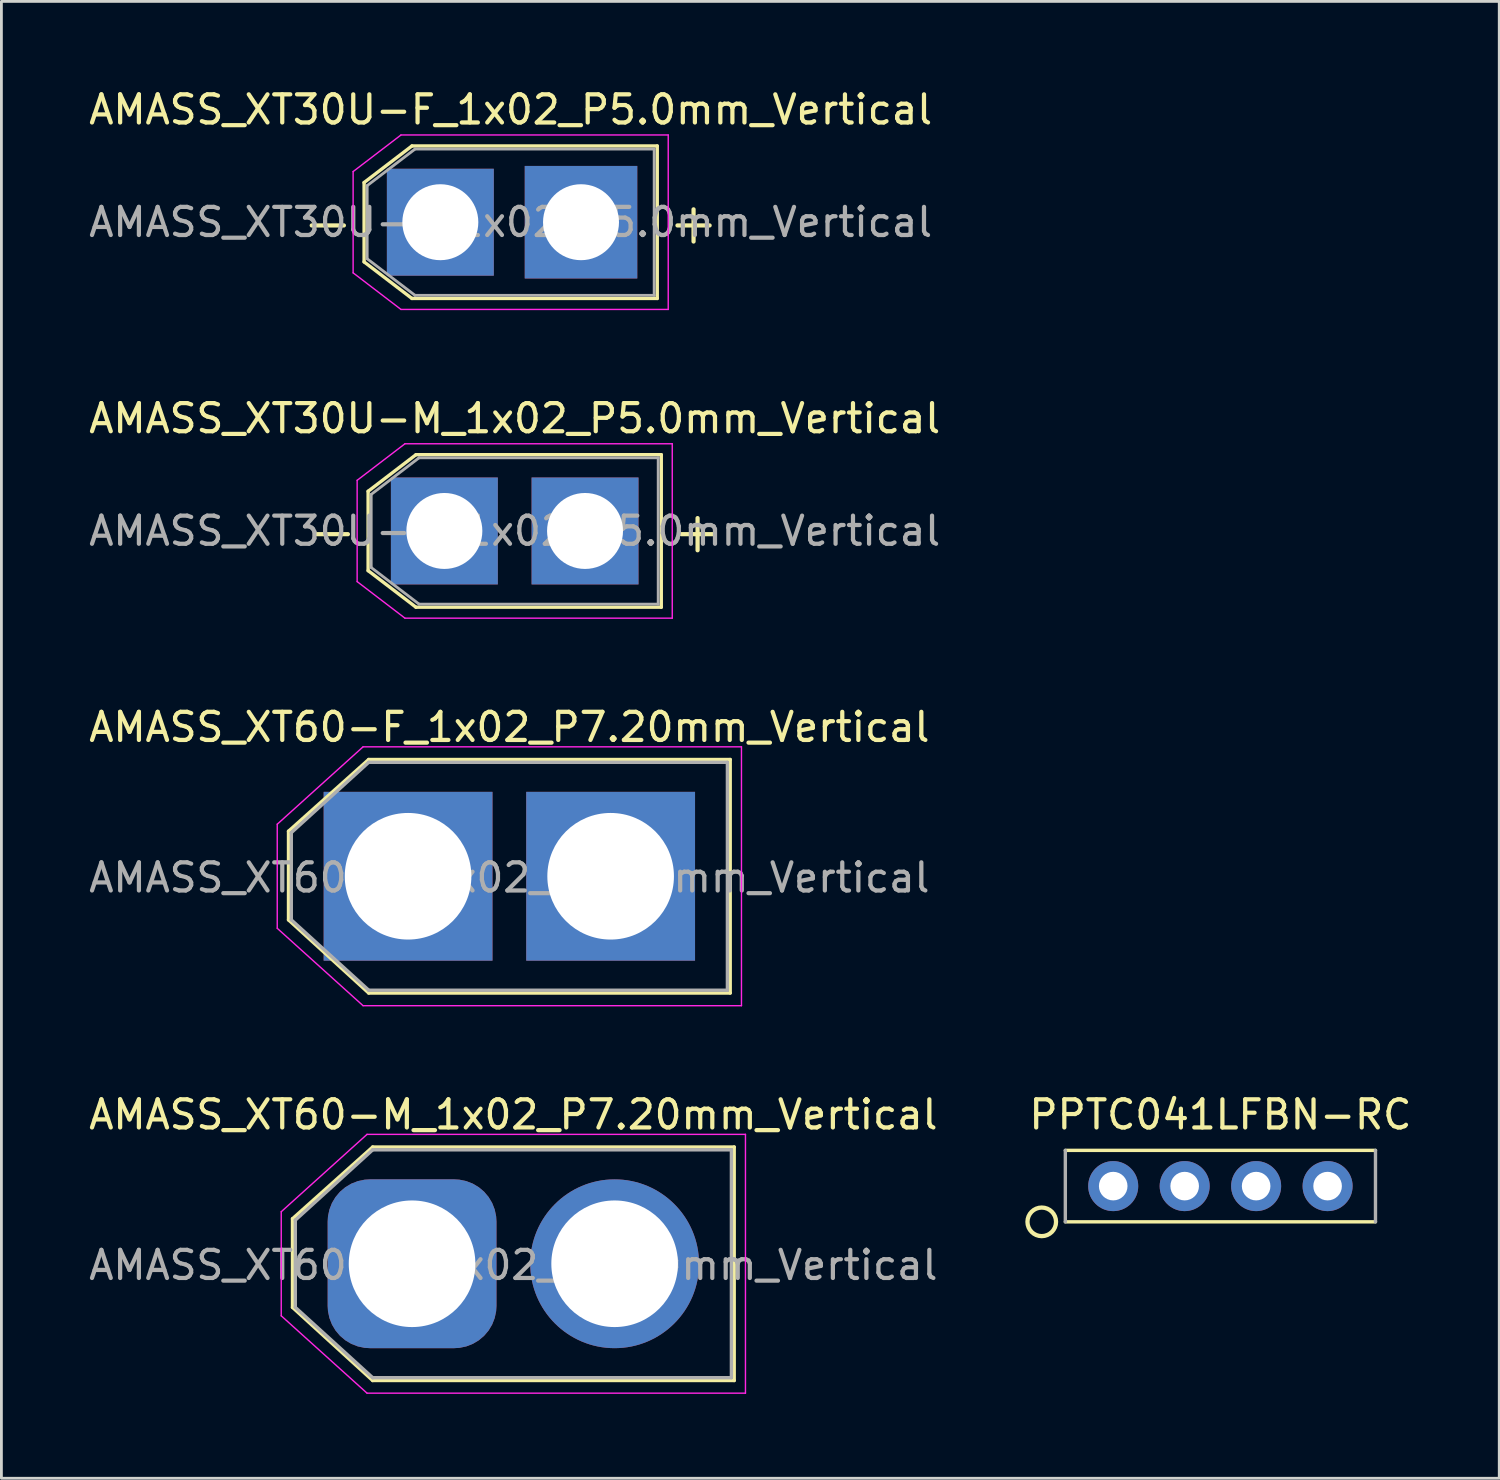
<source format=kicad_pcb>
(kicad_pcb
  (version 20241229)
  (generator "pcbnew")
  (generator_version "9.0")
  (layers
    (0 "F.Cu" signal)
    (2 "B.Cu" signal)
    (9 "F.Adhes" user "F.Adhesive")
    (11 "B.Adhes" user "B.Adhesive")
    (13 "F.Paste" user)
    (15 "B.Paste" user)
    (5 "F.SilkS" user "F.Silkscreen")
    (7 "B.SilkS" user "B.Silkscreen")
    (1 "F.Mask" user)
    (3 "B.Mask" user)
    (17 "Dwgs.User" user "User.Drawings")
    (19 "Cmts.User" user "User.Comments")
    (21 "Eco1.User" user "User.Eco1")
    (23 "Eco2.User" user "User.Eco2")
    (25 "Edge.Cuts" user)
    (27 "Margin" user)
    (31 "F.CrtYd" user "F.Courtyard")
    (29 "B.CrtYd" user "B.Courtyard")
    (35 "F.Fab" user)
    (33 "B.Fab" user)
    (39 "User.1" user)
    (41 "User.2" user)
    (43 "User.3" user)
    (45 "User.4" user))
  (footprint "AMASS_XT30U-M_1x02_P5.0mm_Vertical"
    (layer "F.Cu")
    (at 12.744 15.822)
    (property "Reference" "AMASS_XT30U-M_1x02_P5.0mm_Vertical" (at 2.5 -4 0) (layer "F.SilkS") (effects (font (size 1 1) (thickness 0.15))))
    (attr through_hole)
    (fp_line (start -2.71 -1.41) (end -2.71 1.41) (stroke (width 0.12) (type solid)) (layer "F.SilkS"))
    (fp_line (start -2.71 -1.41) (end -1.01 -2.71) (stroke (width 0.12) (type solid)) (layer "F.SilkS"))
    (fp_line (start -2.71 1.41) (end -1.01 2.71) (stroke (width 0.12) (type solid)) (layer "F.SilkS"))
    (fp_line (start -1.01 -2.71) (end 7.71 -2.71) (stroke (width 0.12) (type solid)) (layer "F.SilkS"))
    (fp_line (start -1.01 2.71) (end 7.71 2.71) (stroke (width 0.12) (type solid)) (layer "F.SilkS"))
    (fp_line (start 7.71 -2.71) (end 7.71 2.71) (stroke (width 0.12) (type solid)) (layer "F.SilkS"))
    (fp_line (start -3.1 -1.8) (end -3.1 1.8) (stroke (width 0.05) (type solid)) (layer "F.CrtYd"))
    (fp_line (start -3.1 -1.8) (end -1.4 -3.1) (stroke (width 0.05) (type solid)) (layer "F.CrtYd"))
    (fp_line (start -3.1 1.8) (end -1.4 3.1) (stroke (width 0.05) (type solid)) (layer "F.CrtYd"))
    (fp_line (start -1.4 -3.1) (end 8.1 -3.1) (stroke (width 0.05) (type solid)) (layer "F.CrtYd"))
    (fp_line (start -1.4 3.1) (end 8.1 3.1) (stroke (width 0.05) (type solid)) (layer "F.CrtYd"))
    (fp_line (start 8.1 -3.1) (end 8.1 3.1) (stroke (width 0.05) (type solid)) (layer "F.CrtYd"))
    (fp_line (start -2.6 -1.3) (end -2.6 1.3) (stroke (width 0.1) (type solid)) (layer "F.Fab"))
    (fp_line (start -2.6 -1.3) (end -0.9 -2.6) (stroke (width 0.1) (type solid)) (layer "F.Fab"))
    (fp_line (start -2.6 1.3) (end -0.9 2.6) (stroke (width 0.1) (type solid)) (layer "F.Fab"))
    (fp_line (start -0.9 -2.6) (end 7.6 -2.6) (stroke (width 0.1) (type solid)) (layer "F.Fab"))
    (fp_line (start -0.9 2.6) (end 7.6 2.6) (stroke (width 0.1) (type solid)) (layer "F.Fab"))
    (fp_line (start 7.6 -2.6) (end 7.6 2.6) (stroke (width 0.1) (type solid)) (layer "F.Fab"))
    (fp_text user "+" (at 9 0 0) (layer "F.SilkS") (effects (font (size 1.5 1.5) (thickness 0.15))))
    (fp_text user "-" (at -4 0 0) (layer "F.SilkS") (effects (font (size 1.5 1.5) (thickness 0.15))))
    (fp_text user "${REFERENCE}" (at 2.5 0 0) (layer "F.Fab") (effects (font (size 1 1) (thickness 0.15))))
    (pad "1" thru_hole rect (at 0 0) (size 3.8 3.8) (drill 2.7) (layers "*.Cu" "*.Mask"))
    (pad "2" thru_hole rect (at 5 0) (size 3.8 3.8) (drill 2.7) (layers "*.Cu" "*.Mask")))
  (footprint "AMASS_XT60-F_1x02_P7.20mm_Vertical"
    (layer "F.Cu")
    (at 11.454 28.095)
    (property "Reference" "AMASS_XT60-F_1x02_P7.20mm_Vertical" (at 3.6 -5.3 180) (layer "F.SilkS") (effects (font (size 1 1) (thickness 0.15))))
    (attr through_hole)
    (fp_line (start -4.25 -1.6) (end -4.25 1.55) (stroke (width 0.12) (type solid)) (layer "F.SilkS"))
    (fp_line (start -4.25 1.55) (end -1.4 4.15) (stroke (width 0.12) (type solid)) (layer "F.SilkS"))
    (fp_line (start -1.4 -4.15) (end -4.25 -1.6) (stroke (width 0.12) (type solid)) (layer "F.SilkS"))
    (fp_line (start -1.4 4.15) (end 11.45 4.15) (stroke (width 0.12) (type solid)) (layer "F.SilkS"))
    (fp_line (start 11.45 -4.15) (end -1.4 -4.15) (stroke (width 0.12) (type solid)) (layer "F.SilkS"))
    (fp_line (start 11.45 4.15) (end 11.45 -4.15) (stroke (width 0.12) (type solid)) (layer "F.SilkS"))
    (fp_line (start -4.65 -1.85) (end -1.6 -4.6) (stroke (width 0.05) (type solid)) (layer "F.CrtYd"))
    (fp_line (start -4.65 1.85) (end -4.65 -1.85) (stroke (width 0.05) (type solid)) (layer "F.CrtYd"))
    (fp_line (start -1.6 -4.6) (end 11.85 -4.6) (stroke (width 0.05) (type solid)) (layer "F.CrtYd"))
    (fp_line (start -1.6 4.6) (end -4.65 1.85) (stroke (width 0.05) (type solid)) (layer "F.CrtYd"))
    (fp_line (start 11.85 -4.6) (end 11.85 4.6) (stroke (width 0.05) (type solid)) (layer "F.CrtYd"))
    (fp_line (start 11.85 4.6) (end -1.6 4.6) (stroke (width 0.05) (type solid)) (layer "F.CrtYd"))
    (fp_line (start -4.15 -1.55) (end -4.15 1.55) (stroke (width 0.12) (type solid)) (layer "F.Fab"))
    (fp_line (start -4.15 1.55) (end -1.4 4.05) (stroke (width 0.12) (type solid)) (layer "F.Fab"))
    (fp_line (start -1.4 -4.05) (end -4.15 -1.55) (stroke (width 0.12) (type solid)) (layer "F.Fab"))
    (fp_line (start -1.4 4.05) (end 11.35 4.05) (stroke (width 0.12) (type solid)) (layer "F.Fab"))
    (fp_line (start 11.35 -4.05) (end -1.4 -4.05) (stroke (width 0.12) (type solid)) (layer "F.Fab"))
    (fp_line (start 11.35 4.05) (end 11.35 -4.05) (stroke (width 0.12) (type solid)) (layer "F.Fab"))
    (fp_text user "${REFERENCE}" (at 3.6 0.05 0) (layer "F.Fab") (effects (font (size 1 1) (thickness 0.15))))
    (pad "1" thru_hole rect (at 0 0) (size 6 6) (drill 4.5) (layers "*.Cu" "*.Mask"))
    (pad "2" thru_hole rect (at 7.2 0) (size 6 6) (drill 4.5) (layers "*.Cu" "*.Mask")))
  (footprint "PPTC041LFBN-RC"
    (layer "F.Cu")
    (at 36.517 39.108)
    (property "Reference" "PPTC041LFBN-RC" (at 3.81 -2.54 0) (layer "F.SilkS") (effects (font (size 1 1) (thickness 0.15))))
    (attr through_hole)
    (fp_line (start -1.702 -1.27) (end 9.322 -1.27) (stroke (width 0.12) (type solid)) (layer "F.SilkS"))
    (fp_line (start -1.702 1.27) (end 9.322 1.27) (stroke (width 0.12) (type solid)) (layer "F.SilkS"))
    (fp_circle (center -2.54 1.27) (end -2.032 1.27) (stroke (width 0.152) (type solid)) (fill no) (layer "F.SilkS"))
    (fp_line (start -1.702 -1.27) (end -1.702 1.27) (stroke (width 0.12) (type solid)) (layer "F.Fab"))
    (fp_line (start 9.322 -1.27) (end 9.322 1.27) (stroke (width 0.12) (type solid)) (layer "F.Fab"))
    (pad "1" thru_hole circle (at 0 0) (size 1.778 1.778) (drill 1.016) (layers "*.Cu" "*.Mask"))
    (pad "2" thru_hole circle (at 2.54 0) (size 1.778 1.778) (drill 1.016) (layers "*.Cu" "*.Mask"))
    (pad "3" thru_hole circle (at 5.08 0) (size 1.778 1.778) (drill 1.016) (layers "*.Cu" "*.Mask"))
    (pad "4" thru_hole circle (at 7.62 0) (size 1.778 1.778) (drill 1.016) (layers "*.Cu" "*.Mask")))
  (footprint "AMASS_XT60-M_1x02_P7.20mm_Vertical"
    (layer "F.Cu")
    (at 11.596 41.868)
    (property "Reference" "AMASS_XT60-M_1x02_P7.20mm_Vertical" (at 3.6 -5.3 180) (layer "F.SilkS") (effects (font (size 1 1) (thickness 0.15))))
    (attr through_hole)
    (fp_line (start -4.25 -1.6) (end -4.25 1.55) (stroke (width 0.12) (type solid)) (layer "F.SilkS"))
    (fp_line (start -4.25 1.55) (end -1.4 4.15) (stroke (width 0.12) (type solid)) (layer "F.SilkS"))
    (fp_line (start -1.4 -4.15) (end -4.25 -1.6) (stroke (width 0.12) (type solid)) (layer "F.SilkS"))
    (fp_line (start -1.4 4.15) (end 11.45 4.15) (stroke (width 0.12) (type solid)) (layer "F.SilkS"))
    (fp_line (start 11.45 -4.15) (end -1.4 -4.15) (stroke (width 0.12) (type solid)) (layer "F.SilkS"))
    (fp_line (start 11.45 4.15) (end 11.45 -4.15) (stroke (width 0.12) (type solid)) (layer "F.SilkS"))
    (fp_line (start -4.65 -1.85) (end -1.6 -4.6) (stroke (width 0.05) (type solid)) (layer "F.CrtYd"))
    (fp_line (start -4.65 1.85) (end -4.65 -1.85) (stroke (width 0.05) (type solid)) (layer "F.CrtYd"))
    (fp_line (start -1.6 -4.6) (end 11.85 -4.6) (stroke (width 0.05) (type solid)) (layer "F.CrtYd"))
    (fp_line (start -1.6 4.6) (end -4.65 1.85) (stroke (width 0.05) (type solid)) (layer "F.CrtYd"))
    (fp_line (start 11.85 -4.6) (end 11.85 4.6) (stroke (width 0.05) (type solid)) (layer "F.CrtYd"))
    (fp_line (start 11.85 4.6) (end -1.6 4.6) (stroke (width 0.05) (type solid)) (layer "F.CrtYd"))
    (fp_line (start -4.15 -1.55) (end -4.15 1.55) (stroke (width 0.12) (type solid)) (layer "F.Fab"))
    (fp_line (start -4.15 1.55) (end -1.4 4.05) (stroke (width 0.12) (type solid)) (layer "F.Fab"))
    (fp_line (start -1.4 -4.05) (end -4.15 -1.55) (stroke (width 0.12) (type solid)) (layer "F.Fab"))
    (fp_line (start -1.4 4.05) (end 11.35 4.05) (stroke (width 0.12) (type solid)) (layer "F.Fab"))
    (fp_line (start 11.35 -4.05) (end -1.4 -4.05) (stroke (width 0.12) (type solid)) (layer "F.Fab"))
    (fp_line (start 11.35 4.05) (end 11.35 -4.05) (stroke (width 0.12) (type solid)) (layer "F.Fab"))
    (fp_text user "${REFERENCE}" (at 3.6 0.05 0) (layer "F.Fab") (effects (font (size 1 1) (thickness 0.15))))
    (pad "1" thru_hole roundrect (at 0 0) (size 6 6) (drill 4.5) (layers "*.Cu" "*.Mask") (roundrect_rratio 0.25))
    (pad "2" thru_hole circle (at 7.2 0) (size 6 6) (drill 4.5) (layers "*.Cu" "*.Mask")))
  (footprint "AMASS_XT30U-F_1x02_P5.0mm_Vertical"
    (layer "F.Cu")
    (at 12.601 4.848)
    (property "Reference" "AMASS_XT30U-F_1x02_P5.0mm_Vertical" (at 2.5 -4 0) (layer "F.SilkS") (effects (font (size 1 1) (thickness 0.15))))
    (attr through_hole)
    (fp_line (start -2.71 -1.41) (end -2.71 1.41) (stroke (width 0.12) (type solid)) (layer "F.SilkS"))
    (fp_line (start -2.71 -1.41) (end -1.01 -2.71) (stroke (width 0.12) (type solid)) (layer "F.SilkS"))
    (fp_line (start -2.71 1.41) (end -1.01 2.71) (stroke (width 0.12) (type solid)) (layer "F.SilkS"))
    (fp_line (start -1.01 -2.71) (end 7.71 -2.71) (stroke (width 0.12) (type solid)) (layer "F.SilkS"))
    (fp_line (start -1.01 2.71) (end 7.71 2.71) (stroke (width 0.12) (type solid)) (layer "F.SilkS"))
    (fp_line (start 7.71 -2.71) (end 7.71 2.71) (stroke (width 0.12) (type solid)) (layer "F.SilkS"))
    (fp_line (start -3.1 -1.8) (end -3.1 1.8) (stroke (width 0.05) (type solid)) (layer "F.CrtYd"))
    (fp_line (start -3.1 -1.8) (end -1.4 -3.1) (stroke (width 0.05) (type solid)) (layer "F.CrtYd"))
    (fp_line (start -3.1 1.8) (end -1.4 3.1) (stroke (width 0.05) (type solid)) (layer "F.CrtYd"))
    (fp_line (start -1.4 -3.1) (end 8.1 -3.1) (stroke (width 0.05) (type solid)) (layer "F.CrtYd"))
    (fp_line (start -1.4 3.1) (end 8.1 3.1) (stroke (width 0.05) (type solid)) (layer "F.CrtYd"))
    (fp_line (start 8.1 -3.1) (end 8.1 3.1) (stroke (width 0.05) (type solid)) (layer "F.CrtYd"))
    (fp_line (start -2.6 -1.3) (end -2.6 1.3) (stroke (width 0.1) (type solid)) (layer "F.Fab"))
    (fp_line (start -2.6 -1.3) (end -0.9 -2.6) (stroke (width 0.1) (type solid)) (layer "F.Fab"))
    (fp_line (start -2.6 1.3) (end -0.9 2.6) (stroke (width 0.1) (type solid)) (layer "F.Fab"))
    (fp_line (start -0.9 -2.6) (end 7.6 -2.6) (stroke (width 0.1) (type solid)) (layer "F.Fab"))
    (fp_line (start -0.9 2.6) (end 7.6 2.6) (stroke (width 0.1) (type solid)) (layer "F.Fab"))
    (fp_line (start 7.6 -2.6) (end 7.6 2.6) (stroke (width 0.1) (type solid)) (layer "F.Fab"))
    (fp_text user "-" (at -4 0 0) (layer "F.SilkS") (effects (font (size 1.5 1.5) (thickness 0.15))))
    (fp_text user "+" (at 9 0 0) (layer "F.SilkS") (effects (font (size 1.5 1.5) (thickness 0.15))))
    (fp_text user "${REFERENCE}" (at 2.5 0 0) (layer "F.Fab") (effects (font (size 1 1) (thickness 0.15))))
    (pad "1" thru_hole rect (at 0 0) (size 3.8 3.8) (drill 2.7) (layers "*.Cu" "*.Mask"))
    (pad "2" thru_hole rect (at 5 0) (size 4 4) (drill 2.7) (layers "*.Cu" "*.Mask")))
  (gr_rect
    (start -3 -3)
    (end 50.238 49.493)
    (stroke (width 0.1) (type default))
    (fill no)
    (layer "Edge.Cuts")))
</source>
